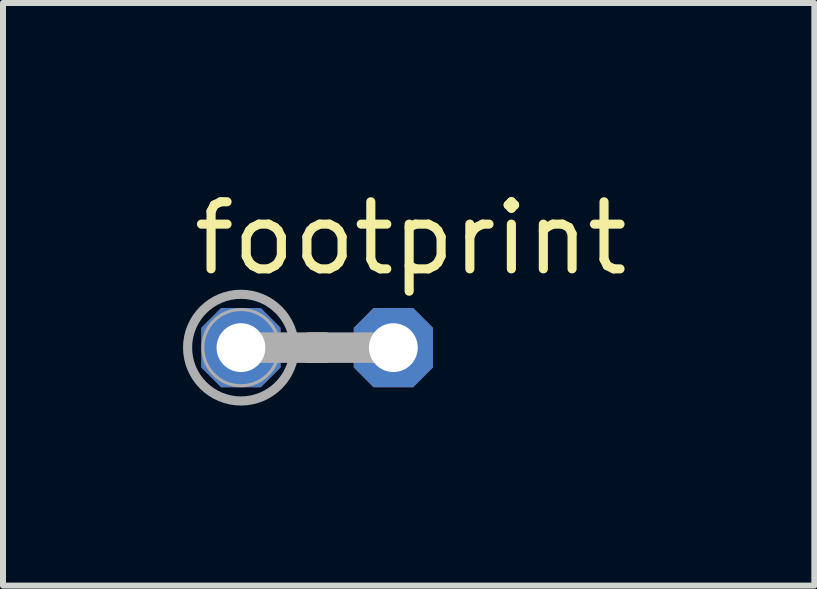
<source format=kicad_pcb>
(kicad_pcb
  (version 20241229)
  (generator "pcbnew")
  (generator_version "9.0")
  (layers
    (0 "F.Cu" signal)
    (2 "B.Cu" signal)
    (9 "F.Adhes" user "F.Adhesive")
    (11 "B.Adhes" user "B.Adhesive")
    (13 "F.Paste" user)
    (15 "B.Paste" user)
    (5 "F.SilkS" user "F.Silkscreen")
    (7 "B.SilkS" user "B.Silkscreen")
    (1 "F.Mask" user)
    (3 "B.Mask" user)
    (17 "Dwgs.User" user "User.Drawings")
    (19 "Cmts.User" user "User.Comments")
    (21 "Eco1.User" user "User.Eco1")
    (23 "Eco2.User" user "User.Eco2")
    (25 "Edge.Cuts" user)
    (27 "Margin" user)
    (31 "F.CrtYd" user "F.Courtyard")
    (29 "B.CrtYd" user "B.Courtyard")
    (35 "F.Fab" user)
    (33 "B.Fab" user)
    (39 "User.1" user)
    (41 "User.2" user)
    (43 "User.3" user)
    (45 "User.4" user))
  (footprint "footprint"
    (layer "F.Cu")
    (at 2.235 2.743)
    (property "Reference" "footprint" (at -2.134 -1.168 0) (layer "F.SilkS") (effects (font (size 1.118 1.118) (thickness 0.152)) (justify left bottom)))
    (fp_line (start -0.127 0) (end 0.127 0) (stroke (width 0.508) (type solid)) (layer "F.SilkS"))
    (fp_line (start -1.27 0) (end 1.27 0) (stroke (width 0.508) (type solid)) (layer "F.Fab"))
    (fp_circle (center -1.27 0) (end -0.635 0) (stroke (width 0.051) (type solid)) (fill no) (layer "F.Fab"))
    (fp_circle (center -1.27 0) (end -0.381 0) (stroke (width 0.152) (type solid)) (fill no) (layer "F.Fab"))
    (pad "1" thru_hole roundrect (at -1.27 0) (size 1.321 1.321) (drill 0.813) (layers "*.Cu" "*.Mask") (roundrect_rratio 0.25) (chamfer_ratio 0.25) (chamfer top_left top_right bottom_left bottom_right))
    (pad "2" thru_hole roundrect (at 1.27 0) (size 1.321 1.321) (drill 0.813) (layers "*.Cu" "*.Mask") (roundrect_rratio 0.25) (chamfer_ratio 0.25) (chamfer top_left top_right bottom_left bottom_right)))
  (gr_rect
    (start -3 -3)
    (end 10.52 6.708)
    (stroke (width 0.1) (type default))
    (fill no)
    (layer "Edge.Cuts")))
</source>
